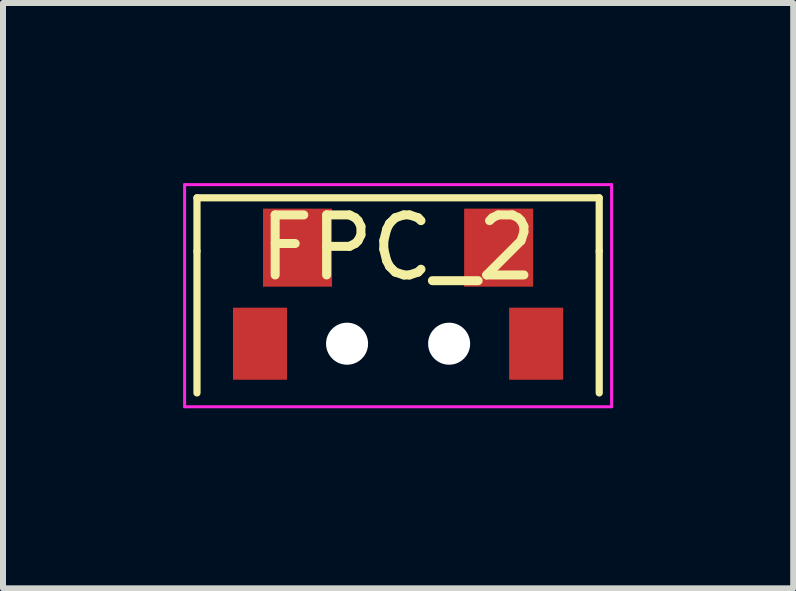
<source format=kicad_pcb>
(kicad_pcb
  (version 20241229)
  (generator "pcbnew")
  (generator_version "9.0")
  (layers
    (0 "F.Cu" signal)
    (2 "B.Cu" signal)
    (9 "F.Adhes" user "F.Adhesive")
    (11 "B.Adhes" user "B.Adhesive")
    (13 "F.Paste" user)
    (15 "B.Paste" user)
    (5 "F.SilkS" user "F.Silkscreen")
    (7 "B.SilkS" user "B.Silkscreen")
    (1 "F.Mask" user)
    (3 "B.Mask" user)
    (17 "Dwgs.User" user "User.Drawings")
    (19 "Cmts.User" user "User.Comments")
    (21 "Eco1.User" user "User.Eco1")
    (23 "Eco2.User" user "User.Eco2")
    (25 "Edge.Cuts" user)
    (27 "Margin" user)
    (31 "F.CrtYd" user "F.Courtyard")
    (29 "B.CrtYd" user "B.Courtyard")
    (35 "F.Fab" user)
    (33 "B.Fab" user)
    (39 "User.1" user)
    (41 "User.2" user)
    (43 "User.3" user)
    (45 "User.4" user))
  (footprint "FPC_2"
    (layer "F.Cu")
    (at 3.581 1.075)
    (property "Reference" "FPC_2" (at 0 0 0) (layer "F.SilkS") (effects (font (size 1 1) (thickness 0.15))))
    (attr through_hole)
    (fp_line (start -3.35 -0.83) (end 3.35 -0.83) (stroke (width 0.12) (type solid)) (layer "F.SilkS"))
    (fp_line (start -3.35 0.06) (end -3.35 -0.83) (stroke (width 0.12) (type solid)) (layer "F.SilkS"))
    (fp_line (start -3.35 2.42) (end -3.35 0.06) (stroke (width 0.12) (type solid)) (layer "F.SilkS"))
    (fp_line (start 3.35 0.06) (end 3.35 -0.83) (stroke (width 0.12) (type solid)) (layer "F.SilkS"))
    (fp_line (start 3.35 2.42) (end 3.35 0.06) (stroke (width 0.12) (type solid)) (layer "F.SilkS"))
    (fp_line (start -3.556 -1.05) (end -3.556 2.65) (stroke (width 0.05) (type solid)) (layer "F.CrtYd"))
    (fp_line (start -3.556 -1.05) (end 3.556 -1.05) (stroke (width 0.05) (type solid)) (layer "F.CrtYd"))
    (fp_line (start -3.556 2.65) (end 3.556 2.65) (stroke (width 0.05) (type solid)) (layer "F.CrtYd"))
    (fp_line (start 3.556 -1.05) (end 3.556 2.65) (stroke (width 0.05) (type solid)) (layer "F.CrtYd"))
    (pad "" np_thru_hole circle (at -0.85 1.6) (size 0.7 0.7) (drill 0.7) (layers "*.Cu" "*.Mask"))
    (pad "" np_thru_hole circle (at 0.85 1.6) (size 0.7 0.7) (drill 0.7) (layers "*.Cu" "*.Mask"))
    (pad "0" smd rect (at -2.3 1.6) (size 0.9 1.2) (layers "F.Cu" "F.Mask" "F.Paste"))
    (pad "0" smd rect (at 2.3 1.6) (size 0.9 1.2) (layers "F.Cu" "F.Mask" "F.Paste"))
    (pad "1" smd rect (at 1.675 0) (size 1.15 1.3) (layers "F.Cu" "F.Mask" "F.Paste"))
    (pad "2" smd rect (at -1.675 0) (size 1.15 1.3) (layers "F.Cu" "F.Mask" "F.Paste")))
  (gr_rect
    (start -3 -3)
    (end 10.162 6.75)
    (stroke (width 0.1) (type default))
    (fill no)
    (layer "Edge.Cuts")))
</source>
